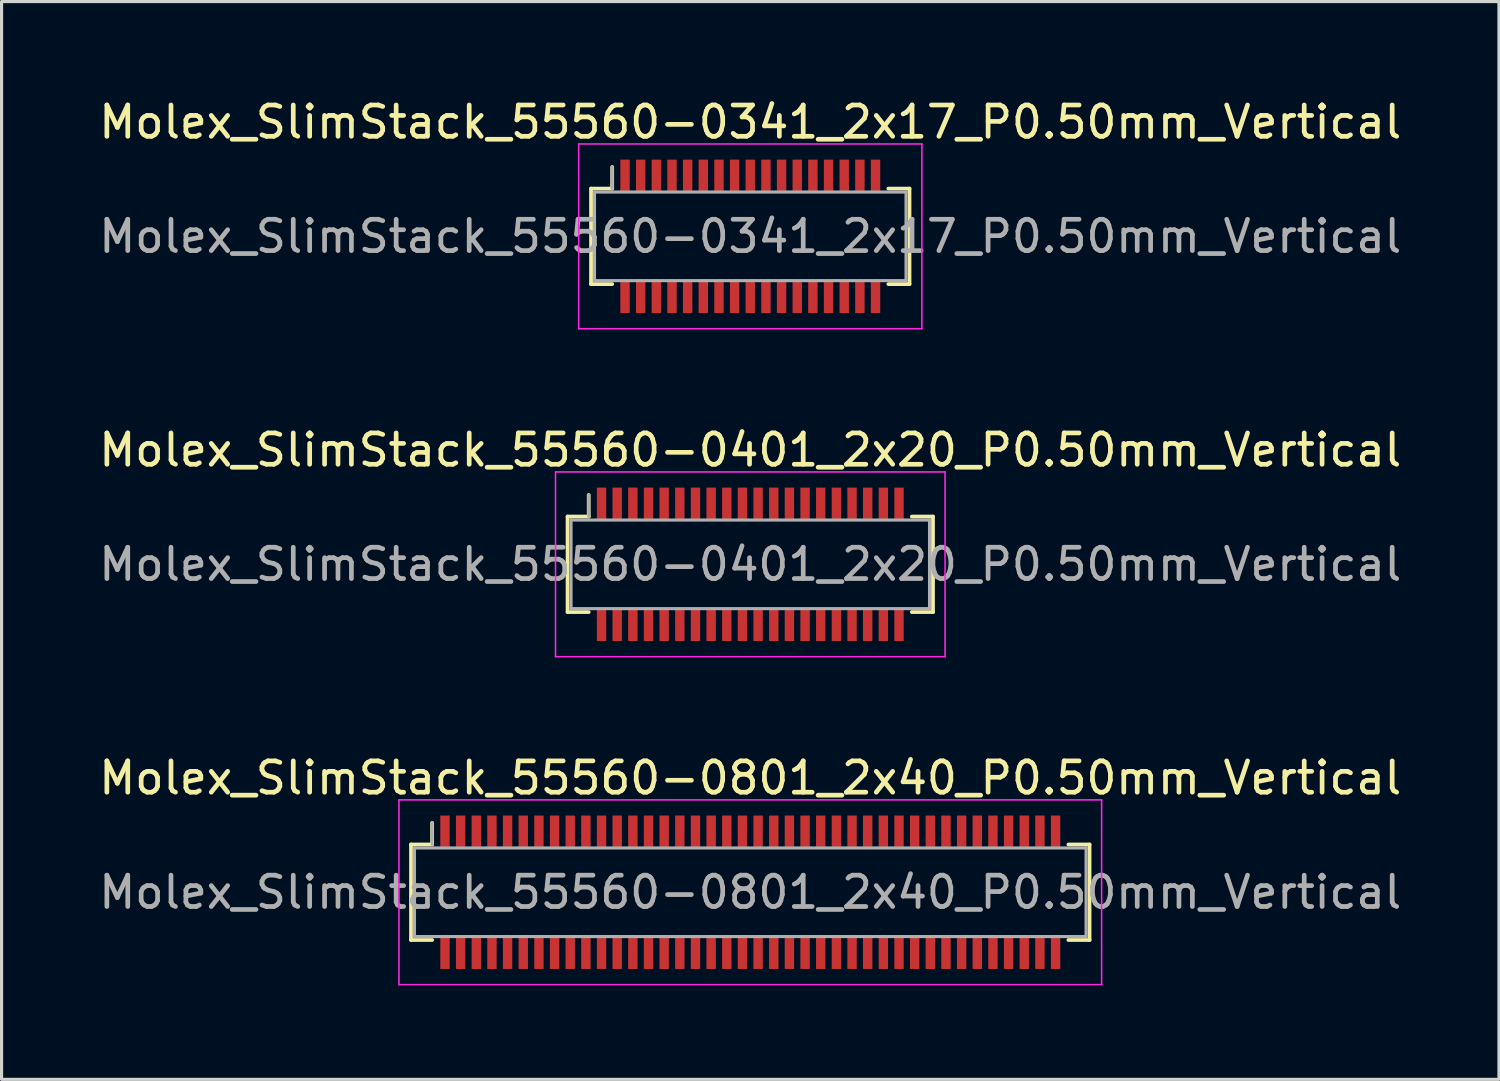
<source format=kicad_pcb>
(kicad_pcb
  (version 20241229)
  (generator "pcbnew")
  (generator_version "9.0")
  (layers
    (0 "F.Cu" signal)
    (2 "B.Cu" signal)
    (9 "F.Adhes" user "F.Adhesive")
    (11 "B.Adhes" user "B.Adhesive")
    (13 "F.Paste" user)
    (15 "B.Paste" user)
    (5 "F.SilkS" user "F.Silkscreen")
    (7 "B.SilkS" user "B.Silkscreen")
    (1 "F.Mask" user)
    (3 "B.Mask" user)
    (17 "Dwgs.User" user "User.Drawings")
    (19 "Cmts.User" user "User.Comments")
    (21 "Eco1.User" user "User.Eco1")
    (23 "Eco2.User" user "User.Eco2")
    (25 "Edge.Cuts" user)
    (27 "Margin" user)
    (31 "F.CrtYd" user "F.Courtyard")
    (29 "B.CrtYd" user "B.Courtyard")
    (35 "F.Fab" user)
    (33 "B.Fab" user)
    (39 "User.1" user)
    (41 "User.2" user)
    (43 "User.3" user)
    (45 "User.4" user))
  (footprint "Molex_SlimStack_55560-0341_2x17_P0.50mm_Vertical"
    (layer "F.Cu")
    (at 20.911 4.498)
    (property "Reference" "Molex_SlimStack_55560-0341_2x17_P0.50mm_Vertical" (at 0 -3.65 0) (layer "F.SilkS") (effects (font (size 1 1) (thickness 0.15))))
    (attr smd)
    (fp_line (start -5.085 -1.525) (end -4.41 -1.525) (stroke (width 0.12) (type solid)) (layer "F.SilkS"))
    (fp_line (start -5.085 1.525) (end -5.085 -1.525) (stroke (width 0.12) (type solid)) (layer "F.SilkS"))
    (fp_line (start -4.41 -1.525) (end -4.41 -2.215) (stroke (width 0.12) (type solid)) (layer "F.SilkS"))
    (fp_line (start -4.41 1.525) (end -5.085 1.525) (stroke (width 0.12) (type solid)) (layer "F.SilkS"))
    (fp_line (start 4.41 1.525) (end 5.085 1.525) (stroke (width 0.12) (type solid)) (layer "F.SilkS"))
    (fp_line (start 5.085 -1.525) (end 4.41 -1.525) (stroke (width 0.12) (type solid)) (layer "F.SilkS"))
    (fp_line (start 5.085 1.525) (end 5.085 -1.525) (stroke (width 0.12) (type solid)) (layer "F.SilkS"))
    (fp_line (start -5.48 -2.95) (end -5.48 2.95) (stroke (width 0.05) (type solid)) (layer "F.CrtYd"))
    (fp_line (start -5.48 2.95) (end 5.48 2.95) (stroke (width 0.05) (type solid)) (layer "F.CrtYd"))
    (fp_line (start 5.48 -2.95) (end -5.48 -2.95) (stroke (width 0.05) (type solid)) (layer "F.CrtYd"))
    (fp_line (start 5.48 2.95) (end 5.48 -2.95) (stroke (width 0.05) (type solid)) (layer "F.CrtYd"))
    (fp_line (start -4.975 -1.415) (end -4.975 1.415) (stroke (width 0.1) (type solid)) (layer "F.Fab"))
    (fp_line (start -4.975 1.415) (end 4.975 1.415) (stroke (width 0.1) (type solid)) (layer "F.Fab"))
    (fp_line (start -4.41 -1.525) (end -4.41 -2.215) (stroke (width 0.1) (type solid)) (layer "F.Fab"))
    (fp_line (start 4.975 -1.415) (end -4.975 -1.415) (stroke (width 0.1) (type solid)) (layer "F.Fab"))
    (fp_line (start 4.975 1.415) (end 4.975 -1.415) (stroke (width 0.1) (type solid)) (layer "F.Fab"))
    (fp_text user "${REFERENCE}" (at 0 0 0) (layer "F.Fab") (effects (font (size 1 1) (thickness 0.15))))
    (pad "1" smd rect (at -4 -1.95) (size 0.3 1) (layers "F.Cu" "F.Mask" "F.Paste"))
    (pad "2" smd rect (at -4 1.95) (size 0.3 1) (layers "F.Cu" "F.Mask" "F.Paste"))
    (pad "3" smd rect (at -3.5 -1.95) (size 0.3 1) (layers "F.Cu" "F.Mask" "F.Paste"))
    (pad "4" smd rect (at -3.5 1.95) (size 0.3 1) (layers "F.Cu" "F.Mask" "F.Paste"))
    (pad "5" smd rect (at -3 -1.95) (size 0.3 1) (layers "F.Cu" "F.Mask" "F.Paste"))
    (pad "6" smd rect (at -3 1.95) (size 0.3 1) (layers "F.Cu" "F.Mask" "F.Paste"))
    (pad "7" smd rect (at -2.5 -1.95) (size 0.3 1) (layers "F.Cu" "F.Mask" "F.Paste"))
    (pad "8" smd rect (at -2.5 1.95) (size 0.3 1) (layers "F.Cu" "F.Mask" "F.Paste"))
    (pad "9" smd rect (at -2 -1.95) (size 0.3 1) (layers "F.Cu" "F.Mask" "F.Paste"))
    (pad "10" smd rect (at -2 1.95) (size 0.3 1) (layers "F.Cu" "F.Mask" "F.Paste"))
    (pad "11" smd rect (at -1.5 -1.95) (size 0.3 1) (layers "F.Cu" "F.Mask" "F.Paste"))
    (pad "12" smd rect (at -1.5 1.95) (size 0.3 1) (layers "F.Cu" "F.Mask" "F.Paste"))
    (pad "13" smd rect (at -1 -1.95) (size 0.3 1) (layers "F.Cu" "F.Mask" "F.Paste"))
    (pad "14" smd rect (at -1 1.95) (size 0.3 1) (layers "F.Cu" "F.Mask" "F.Paste"))
    (pad "15" smd rect (at -0.5 -1.95) (size 0.3 1) (layers "F.Cu" "F.Mask" "F.Paste"))
    (pad "16" smd rect (at -0.5 1.95) (size 0.3 1) (layers "F.Cu" "F.Mask" "F.Paste"))
    (pad "17" smd rect (at 0 -1.95) (size 0.3 1) (layers "F.Cu" "F.Mask" "F.Paste"))
    (pad "18" smd rect (at 0 1.95) (size 0.3 1) (layers "F.Cu" "F.Mask" "F.Paste"))
    (pad "19" smd rect (at 0.5 -1.95) (size 0.3 1) (layers "F.Cu" "F.Mask" "F.Paste"))
    (pad "20" smd rect (at 0.5 1.95) (size 0.3 1) (layers "F.Cu" "F.Mask" "F.Paste"))
    (pad "21" smd rect (at 1 -1.95) (size 0.3 1) (layers "F.Cu" "F.Mask" "F.Paste"))
    (pad "22" smd rect (at 1 1.95) (size 0.3 1) (layers "F.Cu" "F.Mask" "F.Paste"))
    (pad "23" smd rect (at 1.5 -1.95) (size 0.3 1) (layers "F.Cu" "F.Mask" "F.Paste"))
    (pad "24" smd rect (at 1.5 1.95) (size 0.3 1) (layers "F.Cu" "F.Mask" "F.Paste"))
    (pad "25" smd rect (at 2 -1.95) (size 0.3 1) (layers "F.Cu" "F.Mask" "F.Paste"))
    (pad "26" smd rect (at 2 1.95) (size 0.3 1) (layers "F.Cu" "F.Mask" "F.Paste"))
    (pad "27" smd rect (at 2.5 -1.95) (size 0.3 1) (layers "F.Cu" "F.Mask" "F.Paste"))
    (pad "28" smd rect (at 2.5 1.95) (size 0.3 1) (layers "F.Cu" "F.Mask" "F.Paste"))
    (pad "29" smd rect (at 3 -1.95) (size 0.3 1) (layers "F.Cu" "F.Mask" "F.Paste"))
    (pad "30" smd rect (at 3 1.95) (size 0.3 1) (layers "F.Cu" "F.Mask" "F.Paste"))
    (pad "31" smd rect (at 3.5 -1.95) (size 0.3 1) (layers "F.Cu" "F.Mask" "F.Paste"))
    (pad "32" smd rect (at 3.5 1.95) (size 0.3 1) (layers "F.Cu" "F.Mask" "F.Paste"))
    (pad "33" smd rect (at 4 -1.95) (size 0.3 1) (layers "F.Cu" "F.Mask" "F.Paste"))
    (pad "34" smd rect (at 4 1.95) (size 0.3 1) (layers "F.Cu" "F.Mask" "F.Paste")))
  (footprint "Molex_SlimStack_55560-0801_2x40_P0.50mm_Vertical"
    (layer "F.Cu")
    (at 20.911 25.445)
    (property "Reference" "Molex_SlimStack_55560-0801_2x40_P0.50mm_Vertical" (at 0 -3.65 0) (layer "F.SilkS") (effects (font (size 1 1) (thickness 0.15))))
    (attr smd)
    (fp_line (start -10.835 -1.525) (end -10.16 -1.525) (stroke (width 0.12) (type solid)) (layer "F.SilkS"))
    (fp_line (start -10.835 1.525) (end -10.835 -1.525) (stroke (width 0.12) (type solid)) (layer "F.SilkS"))
    (fp_line (start -10.16 -1.525) (end -10.16 -2.215) (stroke (width 0.12) (type solid)) (layer "F.SilkS"))
    (fp_line (start -10.16 1.525) (end -10.835 1.525) (stroke (width 0.12) (type solid)) (layer "F.SilkS"))
    (fp_line (start 10.16 1.525) (end 10.835 1.525) (stroke (width 0.12) (type solid)) (layer "F.SilkS"))
    (fp_line (start 10.835 -1.525) (end 10.16 -1.525) (stroke (width 0.12) (type solid)) (layer "F.SilkS"))
    (fp_line (start 10.835 1.525) (end 10.835 -1.525) (stroke (width 0.12) (type solid)) (layer "F.SilkS"))
    (fp_line (start -11.22 -2.95) (end -11.22 2.95) (stroke (width 0.05) (type solid)) (layer "F.CrtYd"))
    (fp_line (start -11.22 2.95) (end 11.22 2.95) (stroke (width 0.05) (type solid)) (layer "F.CrtYd"))
    (fp_line (start 11.22 -2.95) (end -11.22 -2.95) (stroke (width 0.05) (type solid)) (layer "F.CrtYd"))
    (fp_line (start 11.22 2.95) (end 11.22 -2.95) (stroke (width 0.05) (type solid)) (layer "F.CrtYd"))
    (fp_line (start -10.725 -1.415) (end -10.725 1.415) (stroke (width 0.1) (type solid)) (layer "F.Fab"))
    (fp_line (start -10.725 1.415) (end 10.725 1.415) (stroke (width 0.1) (type solid)) (layer "F.Fab"))
    (fp_line (start -10.16 -1.525) (end -10.16 -2.215) (stroke (width 0.1) (type solid)) (layer "F.Fab"))
    (fp_line (start 10.725 -1.415) (end -10.725 -1.415) (stroke (width 0.1) (type solid)) (layer "F.Fab"))
    (fp_line (start 10.725 1.415) (end 10.725 -1.415) (stroke (width 0.1) (type solid)) (layer "F.Fab"))
    (fp_text user "${REFERENCE}" (at 0 0 0) (layer "F.Fab") (effects (font (size 1 1) (thickness 0.15))))
    (pad "1" smd rect (at -9.75 -1.95) (size 0.3 1) (layers "F.Cu" "F.Mask" "F.Paste"))
    (pad "2" smd rect (at -9.75 1.95) (size 0.3 1) (layers "F.Cu" "F.Mask" "F.Paste"))
    (pad "3" smd rect (at -9.25 -1.95) (size 0.3 1) (layers "F.Cu" "F.Mask" "F.Paste"))
    (pad "4" smd rect (at -9.25 1.95) (size 0.3 1) (layers "F.Cu" "F.Mask" "F.Paste"))
    (pad "5" smd rect (at -8.75 -1.95) (size 0.3 1) (layers "F.Cu" "F.Mask" "F.Paste"))
    (pad "6" smd rect (at -8.75 1.95) (size 0.3 1) (layers "F.Cu" "F.Mask" "F.Paste"))
    (pad "7" smd rect (at -8.25 -1.95) (size 0.3 1) (layers "F.Cu" "F.Mask" "F.Paste"))
    (pad "8" smd rect (at -8.25 1.95) (size 0.3 1) (layers "F.Cu" "F.Mask" "F.Paste"))
    (pad "9" smd rect (at -7.75 -1.95) (size 0.3 1) (layers "F.Cu" "F.Mask" "F.Paste"))
    (pad "10" smd rect (at -7.75 1.95) (size 0.3 1) (layers "F.Cu" "F.Mask" "F.Paste"))
    (pad "11" smd rect (at -7.25 -1.95) (size 0.3 1) (layers "F.Cu" "F.Mask" "F.Paste"))
    (pad "12" smd rect (at -7.25 1.95) (size 0.3 1) (layers "F.Cu" "F.Mask" "F.Paste"))
    (pad "13" smd rect (at -6.75 -1.95) (size 0.3 1) (layers "F.Cu" "F.Mask" "F.Paste"))
    (pad "14" smd rect (at -6.75 1.95) (size 0.3 1) (layers "F.Cu" "F.Mask" "F.Paste"))
    (pad "15" smd rect (at -6.25 -1.95) (size 0.3 1) (layers "F.Cu" "F.Mask" "F.Paste"))
    (pad "16" smd rect (at -6.25 1.95) (size 0.3 1) (layers "F.Cu" "F.Mask" "F.Paste"))
    (pad "17" smd rect (at -5.75 -1.95) (size 0.3 1) (layers "F.Cu" "F.Mask" "F.Paste"))
    (pad "18" smd rect (at -5.75 1.95) (size 0.3 1) (layers "F.Cu" "F.Mask" "F.Paste"))
    (pad "19" smd rect (at -5.25 -1.95) (size 0.3 1) (layers "F.Cu" "F.Mask" "F.Paste"))
    (pad "20" smd rect (at -5.25 1.95) (size 0.3 1) (layers "F.Cu" "F.Mask" "F.Paste"))
    (pad "21" smd rect (at -4.75 -1.95) (size 0.3 1) (layers "F.Cu" "F.Mask" "F.Paste"))
    (pad "22" smd rect (at -4.75 1.95) (size 0.3 1) (layers "F.Cu" "F.Mask" "F.Paste"))
    (pad "23" smd rect (at -4.25 -1.95) (size 0.3 1) (layers "F.Cu" "F.Mask" "F.Paste"))
    (pad "24" smd rect (at -4.25 1.95) (size 0.3 1) (layers "F.Cu" "F.Mask" "F.Paste"))
    (pad "25" smd rect (at -3.75 -1.95) (size 0.3 1) (layers "F.Cu" "F.Mask" "F.Paste"))
    (pad "26" smd rect (at -3.75 1.95) (size 0.3 1) (layers "F.Cu" "F.Mask" "F.Paste"))
    (pad "27" smd rect (at -3.25 -1.95) (size 0.3 1) (layers "F.Cu" "F.Mask" "F.Paste"))
    (pad "28" smd rect (at -3.25 1.95) (size 0.3 1) (layers "F.Cu" "F.Mask" "F.Paste"))
    (pad "29" smd rect (at -2.75 -1.95) (size 0.3 1) (layers "F.Cu" "F.Mask" "F.Paste"))
    (pad "30" smd rect (at -2.75 1.95) (size 0.3 1) (layers "F.Cu" "F.Mask" "F.Paste"))
    (pad "31" smd rect (at -2.25 -1.95) (size 0.3 1) (layers "F.Cu" "F.Mask" "F.Paste"))
    (pad "32" smd rect (at -2.25 1.95) (size 0.3 1) (layers "F.Cu" "F.Mask" "F.Paste"))
    (pad "33" smd rect (at -1.75 -1.95) (size 0.3 1) (layers "F.Cu" "F.Mask" "F.Paste"))
    (pad "34" smd rect (at -1.75 1.95) (size 0.3 1) (layers "F.Cu" "F.Mask" "F.Paste"))
    (pad "35" smd rect (at -1.25 -1.95) (size 0.3 1) (layers "F.Cu" "F.Mask" "F.Paste"))
    (pad "36" smd rect (at -1.25 1.95) (size 0.3 1) (layers "F.Cu" "F.Mask" "F.Paste"))
    (pad "37" smd rect (at -0.75 -1.95) (size 0.3 1) (layers "F.Cu" "F.Mask" "F.Paste"))
    (pad "38" smd rect (at -0.75 1.95) (size 0.3 1) (layers "F.Cu" "F.Mask" "F.Paste"))
    (pad "39" smd rect (at -0.25 -1.95) (size 0.3 1) (layers "F.Cu" "F.Mask" "F.Paste"))
    (pad "40" smd rect (at -0.25 1.95) (size 0.3 1) (layers "F.Cu" "F.Mask" "F.Paste"))
    (pad "41" smd rect (at 0.25 -1.95) (size 0.3 1) (layers "F.Cu" "F.Mask" "F.Paste"))
    (pad "42" smd rect (at 0.25 1.95) (size 0.3 1) (layers "F.Cu" "F.Mask" "F.Paste"))
    (pad "43" smd rect (at 0.75 -1.95) (size 0.3 1) (layers "F.Cu" "F.Mask" "F.Paste"))
    (pad "44" smd rect (at 0.75 1.95) (size 0.3 1) (layers "F.Cu" "F.Mask" "F.Paste"))
    (pad "45" smd rect (at 1.25 -1.95) (size 0.3 1) (layers "F.Cu" "F.Mask" "F.Paste"))
    (pad "46" smd rect (at 1.25 1.95) (size 0.3 1) (layers "F.Cu" "F.Mask" "F.Paste"))
    (pad "47" smd rect (at 1.75 -1.95) (size 0.3 1) (layers "F.Cu" "F.Mask" "F.Paste"))
    (pad "48" smd rect (at 1.75 1.95) (size 0.3 1) (layers "F.Cu" "F.Mask" "F.Paste"))
    (pad "49" smd rect (at 2.25 -1.95) (size 0.3 1) (layers "F.Cu" "F.Mask" "F.Paste"))
    (pad "50" smd rect (at 2.25 1.95) (size 0.3 1) (layers "F.Cu" "F.Mask" "F.Paste"))
    (pad "51" smd rect (at 2.75 -1.95) (size 0.3 1) (layers "F.Cu" "F.Mask" "F.Paste"))
    (pad "52" smd rect (at 2.75 1.95) (size 0.3 1) (layers "F.Cu" "F.Mask" "F.Paste"))
    (pad "53" smd rect (at 3.25 -1.95) (size 0.3 1) (layers "F.Cu" "F.Mask" "F.Paste"))
    (pad "54" smd rect (at 3.25 1.95) (size 0.3 1) (layers "F.Cu" "F.Mask" "F.Paste"))
    (pad "55" smd rect (at 3.75 -1.95) (size 0.3 1) (layers "F.Cu" "F.Mask" "F.Paste"))
    (pad "56" smd rect (at 3.75 1.95) (size 0.3 1) (layers "F.Cu" "F.Mask" "F.Paste"))
    (pad "57" smd rect (at 4.25 -1.95) (size 0.3 1) (layers "F.Cu" "F.Mask" "F.Paste"))
    (pad "58" smd rect (at 4.25 1.95) (size 0.3 1) (layers "F.Cu" "F.Mask" "F.Paste"))
    (pad "59" smd rect (at 4.75 -1.95) (size 0.3 1) (layers "F.Cu" "F.Mask" "F.Paste"))
    (pad "60" smd rect (at 4.75 1.95) (size 0.3 1) (layers "F.Cu" "F.Mask" "F.Paste"))
    (pad "61" smd rect (at 5.25 -1.95) (size 0.3 1) (layers "F.Cu" "F.Mask" "F.Paste"))
    (pad "62" smd rect (at 5.25 1.95) (size 0.3 1) (layers "F.Cu" "F.Mask" "F.Paste"))
    (pad "63" smd rect (at 5.75 -1.95) (size 0.3 1) (layers "F.Cu" "F.Mask" "F.Paste"))
    (pad "64" smd rect (at 5.75 1.95) (size 0.3 1) (layers "F.Cu" "F.Mask" "F.Paste"))
    (pad "65" smd rect (at 6.25 -1.95) (size 0.3 1) (layers "F.Cu" "F.Mask" "F.Paste"))
    (pad "66" smd rect (at 6.25 1.95) (size 0.3 1) (layers "F.Cu" "F.Mask" "F.Paste"))
    (pad "67" smd rect (at 6.75 -1.95) (size 0.3 1) (layers "F.Cu" "F.Mask" "F.Paste"))
    (pad "68" smd rect (at 6.75 1.95) (size 0.3 1) (layers "F.Cu" "F.Mask" "F.Paste"))
    (pad "69" smd rect (at 7.25 -1.95) (size 0.3 1) (layers "F.Cu" "F.Mask" "F.Paste"))
    (pad "70" smd rect (at 7.25 1.95) (size 0.3 1) (layers "F.Cu" "F.Mask" "F.Paste"))
    (pad "71" smd rect (at 7.75 -1.95) (size 0.3 1) (layers "F.Cu" "F.Mask" "F.Paste"))
    (pad "72" smd rect (at 7.75 1.95) (size 0.3 1) (layers "F.Cu" "F.Mask" "F.Paste"))
    (pad "73" smd rect (at 8.25 -1.95) (size 0.3 1) (layers "F.Cu" "F.Mask" "F.Paste"))
    (pad "74" smd rect (at 8.25 1.95) (size 0.3 1) (layers "F.Cu" "F.Mask" "F.Paste"))
    (pad "75" smd rect (at 8.75 -1.95) (size 0.3 1) (layers "F.Cu" "F.Mask" "F.Paste"))
    (pad "76" smd rect (at 8.75 1.95) (size 0.3 1) (layers "F.Cu" "F.Mask" "F.Paste"))
    (pad "77" smd rect (at 9.25 -1.95) (size 0.3 1) (layers "F.Cu" "F.Mask" "F.Paste"))
    (pad "78" smd rect (at 9.25 1.95) (size 0.3 1) (layers "F.Cu" "F.Mask" "F.Paste"))
    (pad "79" smd rect (at 9.75 -1.95) (size 0.3 1) (layers "F.Cu" "F.Mask" "F.Paste"))
    (pad "80" smd rect (at 9.75 1.95) (size 0.3 1) (layers "F.Cu" "F.Mask" "F.Paste")))
  (footprint "Molex_SlimStack_55560-0401_2x20_P0.50mm_Vertical"
    (layer "F.Cu")
    (at 20.911 14.972)
    (property "Reference" "Molex_SlimStack_55560-0401_2x20_P0.50mm_Vertical" (at 0 -3.65 0) (layer "F.SilkS") (effects (font (size 1 1) (thickness 0.15))))
    (attr smd)
    (fp_line (start -5.835 -1.525) (end -5.16 -1.525) (stroke (width 0.12) (type solid)) (layer "F.SilkS"))
    (fp_line (start -5.835 1.525) (end -5.835 -1.525) (stroke (width 0.12) (type solid)) (layer "F.SilkS"))
    (fp_line (start -5.16 -1.525) (end -5.16 -2.215) (stroke (width 0.12) (type solid)) (layer "F.SilkS"))
    (fp_line (start -5.16 1.525) (end -5.835 1.525) (stroke (width 0.12) (type solid)) (layer "F.SilkS"))
    (fp_line (start 5.16 1.525) (end 5.835 1.525) (stroke (width 0.12) (type solid)) (layer "F.SilkS"))
    (fp_line (start 5.835 -1.525) (end 5.16 -1.525) (stroke (width 0.12) (type solid)) (layer "F.SilkS"))
    (fp_line (start 5.835 1.525) (end 5.835 -1.525) (stroke (width 0.12) (type solid)) (layer "F.SilkS"))
    (fp_line (start -6.22 -2.95) (end -6.22 2.95) (stroke (width 0.05) (type solid)) (layer "F.CrtYd"))
    (fp_line (start -6.22 2.95) (end 6.22 2.95) (stroke (width 0.05) (type solid)) (layer "F.CrtYd"))
    (fp_line (start 6.22 -2.95) (end -6.22 -2.95) (stroke (width 0.05) (type solid)) (layer "F.CrtYd"))
    (fp_line (start 6.22 2.95) (end 6.22 -2.95) (stroke (width 0.05) (type solid)) (layer "F.CrtYd"))
    (fp_line (start -5.725 -1.415) (end -5.725 1.415) (stroke (width 0.1) (type solid)) (layer "F.Fab"))
    (fp_line (start -5.725 1.415) (end 5.725 1.415) (stroke (width 0.1) (type solid)) (layer "F.Fab"))
    (fp_line (start -5.16 -1.525) (end -5.16 -2.215) (stroke (width 0.1) (type solid)) (layer "F.Fab"))
    (fp_line (start 5.725 -1.415) (end -5.725 -1.415) (stroke (width 0.1) (type solid)) (layer "F.Fab"))
    (fp_line (start 5.725 1.415) (end 5.725 -1.415) (stroke (width 0.1) (type solid)) (layer "F.Fab"))
    (fp_text user "${REFERENCE}" (at 0 0 0) (layer "F.Fab") (effects (font (size 1 1) (thickness 0.15))))
    (pad "1" smd rect (at -4.75 -1.95) (size 0.3 1) (layers "F.Cu" "F.Mask" "F.Paste"))
    (pad "2" smd rect (at -4.75 1.95) (size 0.3 1) (layers "F.Cu" "F.Mask" "F.Paste"))
    (pad "3" smd rect (at -4.25 -1.95) (size 0.3 1) (layers "F.Cu" "F.Mask" "F.Paste"))
    (pad "4" smd rect (at -4.25 1.95) (size 0.3 1) (layers "F.Cu" "F.Mask" "F.Paste"))
    (pad "5" smd rect (at -3.75 -1.95) (size 0.3 1) (layers "F.Cu" "F.Mask" "F.Paste"))
    (pad "6" smd rect (at -3.75 1.95) (size 0.3 1) (layers "F.Cu" "F.Mask" "F.Paste"))
    (pad "7" smd rect (at -3.25 -1.95) (size 0.3 1) (layers "F.Cu" "F.Mask" "F.Paste"))
    (pad "8" smd rect (at -3.25 1.95) (size 0.3 1) (layers "F.Cu" "F.Mask" "F.Paste"))
    (pad "9" smd rect (at -2.75 -1.95) (size 0.3 1) (layers "F.Cu" "F.Mask" "F.Paste"))
    (pad "10" smd rect (at -2.75 1.95) (size 0.3 1) (layers "F.Cu" "F.Mask" "F.Paste"))
    (pad "11" smd rect (at -2.25 -1.95) (size 0.3 1) (layers "F.Cu" "F.Mask" "F.Paste"))
    (pad "12" smd rect (at -2.25 1.95) (size 0.3 1) (layers "F.Cu" "F.Mask" "F.Paste"))
    (pad "13" smd rect (at -1.75 -1.95) (size 0.3 1) (layers "F.Cu" "F.Mask" "F.Paste"))
    (pad "14" smd rect (at -1.75 1.95) (size 0.3 1) (layers "F.Cu" "F.Mask" "F.Paste"))
    (pad "15" smd rect (at -1.25 -1.95) (size 0.3 1) (layers "F.Cu" "F.Mask" "F.Paste"))
    (pad "16" smd rect (at -1.25 1.95) (size 0.3 1) (layers "F.Cu" "F.Mask" "F.Paste"))
    (pad "17" smd rect (at -0.75 -1.95) (size 0.3 1) (layers "F.Cu" "F.Mask" "F.Paste"))
    (pad "18" smd rect (at -0.75 1.95) (size 0.3 1) (layers "F.Cu" "F.Mask" "F.Paste"))
    (pad "19" smd rect (at -0.25 -1.95) (size 0.3 1) (layers "F.Cu" "F.Mask" "F.Paste"))
    (pad "20" smd rect (at -0.25 1.95) (size 0.3 1) (layers "F.Cu" "F.Mask" "F.Paste"))
    (pad "21" smd rect (at 0.25 -1.95) (size 0.3 1) (layers "F.Cu" "F.Mask" "F.Paste"))
    (pad "22" smd rect (at 0.25 1.95) (size 0.3 1) (layers "F.Cu" "F.Mask" "F.Paste"))
    (pad "23" smd rect (at 0.75 -1.95) (size 0.3 1) (layers "F.Cu" "F.Mask" "F.Paste"))
    (pad "24" smd rect (at 0.75 1.95) (size 0.3 1) (layers "F.Cu" "F.Mask" "F.Paste"))
    (pad "25" smd rect (at 1.25 -1.95) (size 0.3 1) (layers "F.Cu" "F.Mask" "F.Paste"))
    (pad "26" smd rect (at 1.25 1.95) (size 0.3 1) (layers "F.Cu" "F.Mask" "F.Paste"))
    (pad "27" smd rect (at 1.75 -1.95) (size 0.3 1) (layers "F.Cu" "F.Mask" "F.Paste"))
    (pad "28" smd rect (at 1.75 1.95) (size 0.3 1) (layers "F.Cu" "F.Mask" "F.Paste"))
    (pad "29" smd rect (at 2.25 -1.95) (size 0.3 1) (layers "F.Cu" "F.Mask" "F.Paste"))
    (pad "30" smd rect (at 2.25 1.95) (size 0.3 1) (layers "F.Cu" "F.Mask" "F.Paste"))
    (pad "31" smd rect (at 2.75 -1.95) (size 0.3 1) (layers "F.Cu" "F.Mask" "F.Paste"))
    (pad "32" smd rect (at 2.75 1.95) (size 0.3 1) (layers "F.Cu" "F.Mask" "F.Paste"))
    (pad "33" smd rect (at 3.25 -1.95) (size 0.3 1) (layers "F.Cu" "F.Mask" "F.Paste"))
    (pad "34" smd rect (at 3.25 1.95) (size 0.3 1) (layers "F.Cu" "F.Mask" "F.Paste"))
    (pad "35" smd rect (at 3.75 -1.95) (size 0.3 1) (layers "F.Cu" "F.Mask" "F.Paste"))
    (pad "36" smd rect (at 3.75 1.95) (size 0.3 1) (layers "F.Cu" "F.Mask" "F.Paste"))
    (pad "37" smd rect (at 4.25 -1.95) (size 0.3 1) (layers "F.Cu" "F.Mask" "F.Paste"))
    (pad "38" smd rect (at 4.25 1.95) (size 0.3 1) (layers "F.Cu" "F.Mask" "F.Paste"))
    (pad "39" smd rect (at 4.75 -1.95) (size 0.3 1) (layers "F.Cu" "F.Mask" "F.Paste"))
    (pad "40" smd rect (at 4.75 1.95) (size 0.3 1) (layers "F.Cu" "F.Mask" "F.Paste")))
  (gr_rect
    (start -3 -3)
    (end 44.821 31.42)
    (stroke (width 0.1) (type default))
    (fill no)
    (layer "Edge.Cuts")))
</source>
